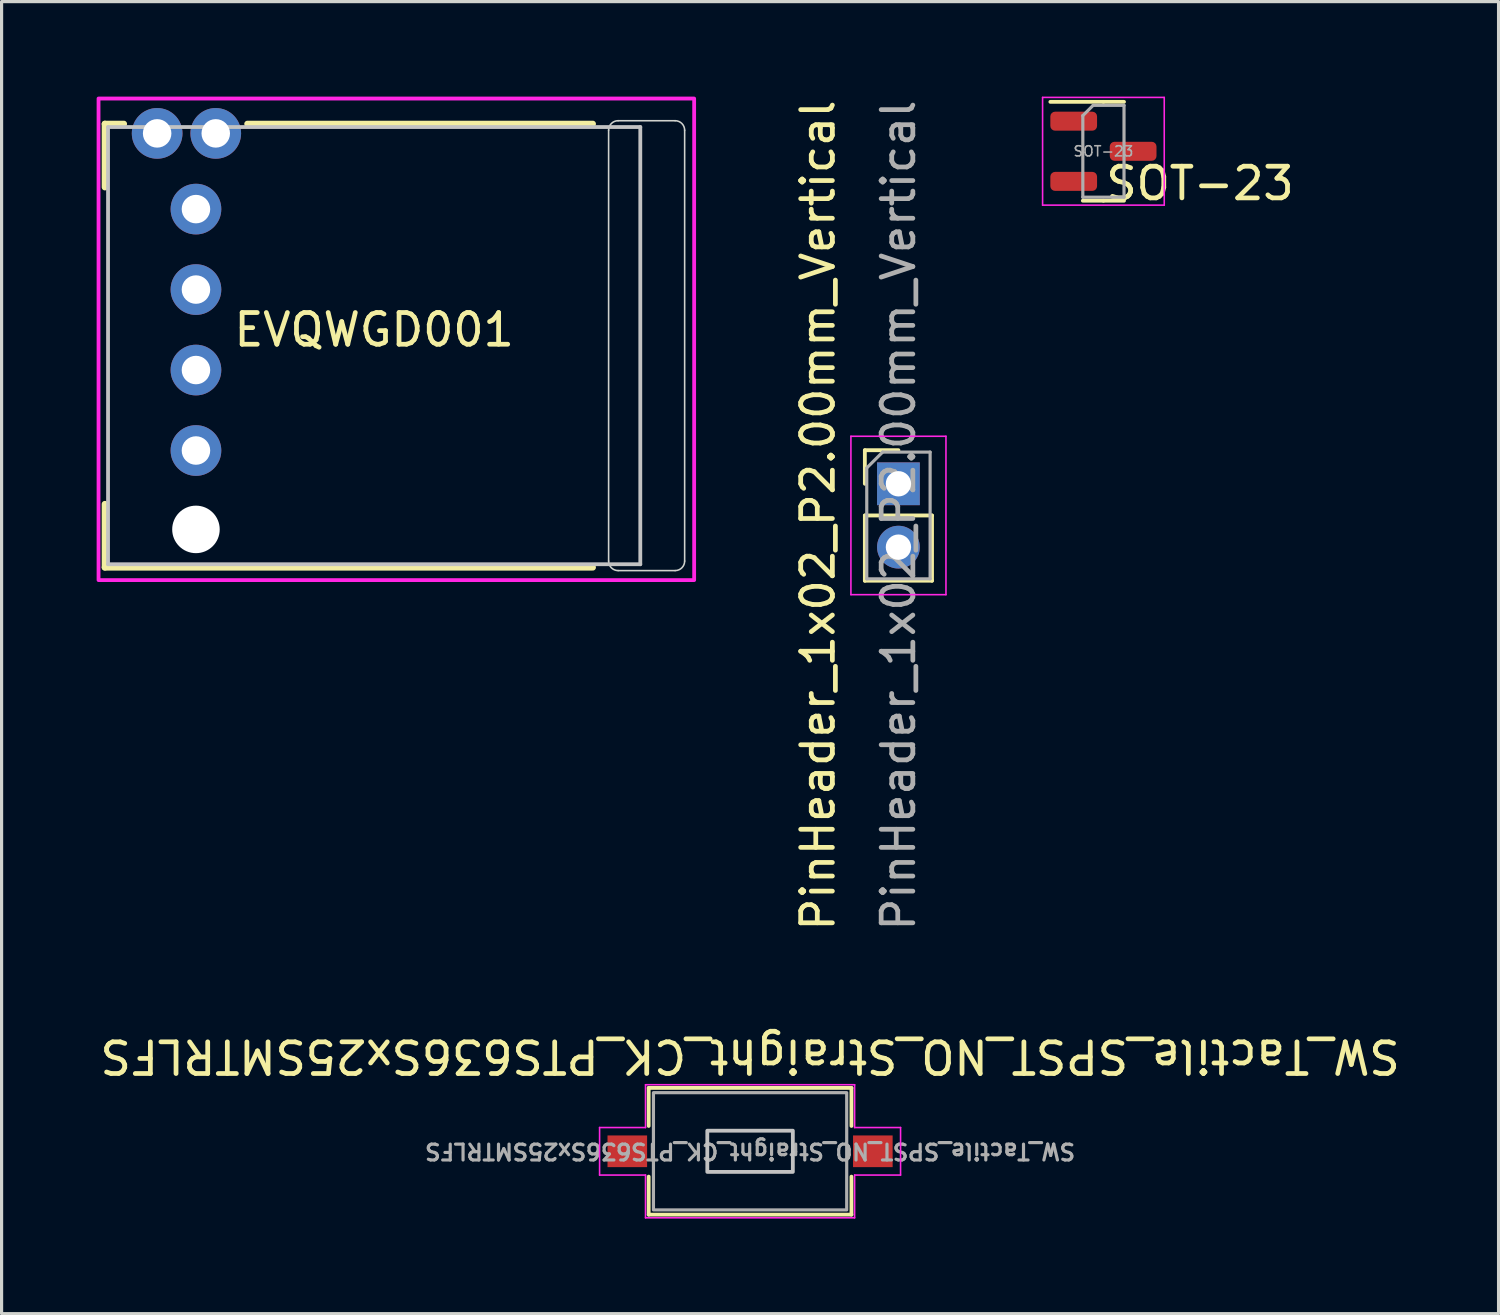
<source format=kicad_pcb>
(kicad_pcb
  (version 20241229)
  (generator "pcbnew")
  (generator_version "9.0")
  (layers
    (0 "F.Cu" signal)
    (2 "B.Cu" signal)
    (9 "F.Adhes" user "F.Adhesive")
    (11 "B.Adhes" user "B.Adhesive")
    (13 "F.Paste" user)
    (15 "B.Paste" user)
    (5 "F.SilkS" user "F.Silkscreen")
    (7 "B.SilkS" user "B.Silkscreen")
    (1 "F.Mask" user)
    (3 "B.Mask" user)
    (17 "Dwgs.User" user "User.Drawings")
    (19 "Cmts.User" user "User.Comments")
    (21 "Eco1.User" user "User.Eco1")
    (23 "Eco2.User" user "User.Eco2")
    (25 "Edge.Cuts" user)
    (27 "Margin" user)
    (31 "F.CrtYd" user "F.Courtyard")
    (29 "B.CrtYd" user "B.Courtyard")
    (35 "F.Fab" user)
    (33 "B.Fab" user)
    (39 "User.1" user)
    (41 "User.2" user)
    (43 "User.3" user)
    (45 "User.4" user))
  (footprint "SOT-23"
    (layer "F.Cu")
    (at 31.778 1.725)
    (property "Reference" "SOT-23" (at 3.048 1.016 180) (layer "F.SilkS") (effects (font (size 1 1) (thickness 0.15))))
    (attr smd)
    (fp_line (start 0 -1.56) (end -1.675 -1.56) (stroke (width 0.12) (type solid)) (layer "F.SilkS"))
    (fp_line (start 0 -1.56) (end 0.65 -1.56) (stroke (width 0.12) (type solid)) (layer "F.SilkS"))
    (fp_line (start 0 1.56) (end -0.65 1.56) (stroke (width 0.12) (type solid)) (layer "F.SilkS"))
    (fp_line (start 0 1.56) (end 0.65 1.56) (stroke (width 0.12) (type solid)) (layer "F.SilkS"))
    (fp_line (start -1.92 -1.7) (end -1.92 1.7) (stroke (width 0.05) (type solid)) (layer "F.CrtYd"))
    (fp_line (start -1.92 1.7) (end 1.92 1.7) (stroke (width 0.05) (type solid)) (layer "F.CrtYd"))
    (fp_line (start 1.92 -1.7) (end -1.92 -1.7) (stroke (width 0.05) (type solid)) (layer "F.CrtYd"))
    (fp_line (start 1.92 1.7) (end 1.92 -1.7) (stroke (width 0.05) (type solid)) (layer "F.CrtYd"))
    (fp_line (start -0.65 -1.125) (end -0.325 -1.45) (stroke (width 0.1) (type solid)) (layer "F.Fab"))
    (fp_line (start -0.65 1.45) (end -0.65 -1.125) (stroke (width 0.1) (type solid)) (layer "F.Fab"))
    (fp_line (start -0.325 -1.45) (end 0.65 -1.45) (stroke (width 0.1) (type solid)) (layer "F.Fab"))
    (fp_line (start 0.65 -1.45) (end 0.65 1.45) (stroke (width 0.1) (type solid)) (layer "F.Fab"))
    (fp_line (start 0.65 1.45) (end -0.65 1.45) (stroke (width 0.1) (type solid)) (layer "F.Fab"))
    (fp_text user "${REFERENCE}" (at 0 0 180) (layer "F.Fab") (effects (font (size 0.32 0.32) (thickness 0.05))))
    (pad "1" smd roundrect (at -0.938 -0.95) (size 1.475 0.6) (layers "F.Cu" "F.Mask" "F.Paste") (roundrect_rratio 0.25))
    (pad "2" smd roundrect (at -0.938 0.95) (size 1.475 0.6) (layers "F.Cu" "F.Mask" "F.Paste") (roundrect_rratio 0.25))
    (pad "3" smd roundrect (at 0.938 0) (size 1.475 0.6) (layers "F.Cu" "F.Mask" "F.Paste") (roundrect_rratio 0.25)))
  (footprint "PinHeader_1x02_P2.00mm_Vertical"
    (layer "F.Cu")
    (at 25.308 12.22)
    (property "Reference" "PinHeader_1x02_P2.00mm_Vertical" (at -2.54 1 90) (layer "F.SilkS") (effects (font (size 1 1) (thickness 0.15))))
    (attr through_hole)
    (fp_line (start -1.06 -1.06) (end 0 -1.06) (stroke (width 0.12) (type solid)) (layer "F.SilkS"))
    (fp_line (start -1.06 0) (end -1.06 -1.06) (stroke (width 0.12) (type solid)) (layer "F.SilkS"))
    (fp_line (start -1.06 1) (end -1.06 3.06) (stroke (width 0.12) (type solid)) (layer "F.SilkS"))
    (fp_line (start -1.06 1) (end 1.06 1) (stroke (width 0.12) (type solid)) (layer "F.SilkS"))
    (fp_line (start -1.06 3.06) (end 1.06 3.06) (stroke (width 0.12) (type solid)) (layer "F.SilkS"))
    (fp_line (start 1.06 1) (end 1.06 3.06) (stroke (width 0.12) (type solid)) (layer "F.SilkS"))
    (fp_line (start -1.5 -1.5) (end -1.5 3.5) (stroke (width 0.05) (type solid)) (layer "F.CrtYd"))
    (fp_line (start -1.5 3.5) (end 1.5 3.5) (stroke (width 0.05) (type solid)) (layer "F.CrtYd"))
    (fp_line (start 1.5 -1.5) (end -1.5 -1.5) (stroke (width 0.05) (type solid)) (layer "F.CrtYd"))
    (fp_line (start 1.5 3.5) (end 1.5 -1.5) (stroke (width 0.05) (type solid)) (layer "F.CrtYd"))
    (fp_line (start -1 -0.5) (end -0.5 -1) (stroke (width 0.1) (type solid)) (layer "F.Fab"))
    (fp_line (start -1 3) (end -1 -0.5) (stroke (width 0.1) (type solid)) (layer "F.Fab"))
    (fp_line (start -0.5 -1) (end 1 -1) (stroke (width 0.1) (type solid)) (layer "F.Fab"))
    (fp_line (start 1 -1) (end 1 3) (stroke (width 0.1) (type solid)) (layer "F.Fab"))
    (fp_line (start 1 3) (end -1 3) (stroke (width 0.1) (type solid)) (layer "F.Fab"))
    (fp_text user "${REFERENCE}" (at 0 1 270) (layer "F.Fab") (effects (font (size 1 1) (thickness 0.15))))
    (pad "1" thru_hole rect (at 0 0) (size 1.35 1.35) (drill 0.8) (layers "*.Cu" "*.Mask"))
    (pad "2" thru_hole oval (at 0 2) (size 1.35 1.35) (drill 0.8) (layers "*.Cu" "*.Mask")))
  (footprint "SW_Tactile_SPST_NO_Straight_CK_PTS636Sx25SMTRLFS"
    (layer "F.Cu")
    (at 20.625 33.289)
    (property "Reference" "SW_Tactile_SPST_NO_Straight_CK_PTS636Sx25SMTRLFS" (at 0 -3 180) (unlocked yes) (layer "F.SilkS") (effects (font (size 1 1) (thickness 0.15))))
    (attr smd)
    (fp_line (start -3.2 -2) (end -3.2 -0.8) (stroke (width 0.12) (type solid)) (layer "F.SilkS"))
    (fp_line (start -3.2 0.8) (end -3.2 2) (stroke (width 0.12) (type solid)) (layer "F.SilkS"))
    (fp_line (start -3.2 2) (end 3.2 2) (stroke (width 0.12) (type solid)) (layer "F.SilkS"))
    (fp_line (start 3.2 -2) (end -3.2 -2) (stroke (width 0.12) (type solid)) (layer "F.SilkS"))
    (fp_line (start 3.2 -0.8) (end 3.2 -2) (stroke (width 0.12) (type solid)) (layer "F.SilkS"))
    (fp_line (start 3.2 2) (end 3.2 0.8) (stroke (width 0.12) (type solid)) (layer "F.SilkS"))
    (fp_rect (start -1.35 -0.65) (end 1.35 0.65) (stroke (width 0.12) (type solid)) (fill no) (layer "Dwgs.User"))
    (fp_line (start -4.75 -0.75) (end -3.3 -0.75) (stroke (width 0.05) (type solid)) (layer "F.CrtYd"))
    (fp_line (start -4.75 0.75) (end -4.75 -0.75) (stroke (width 0.05) (type solid)) (layer "F.CrtYd"))
    (fp_line (start -3.3 -2.1) (end 3.3 -2.1) (stroke (width 0.05) (type solid)) (layer "F.CrtYd"))
    (fp_line (start -3.3 -0.75) (end -3.3 -2.1) (stroke (width 0.05) (type solid)) (layer "F.CrtYd"))
    (fp_line (start -3.3 0.75) (end -4.75 0.75) (stroke (width 0.05) (type solid)) (layer "F.CrtYd"))
    (fp_line (start -3.3 2.1) (end -3.3 0.75) (stroke (width 0.05) (type solid)) (layer "F.CrtYd"))
    (fp_line (start 3.3 -2.1) (end 3.3 -0.75) (stroke (width 0.05) (type solid)) (layer "F.CrtYd"))
    (fp_line (start 3.3 -0.75) (end 4.75 -0.75) (stroke (width 0.05) (type solid)) (layer "F.CrtYd"))
    (fp_line (start 3.3 0.75) (end 3.3 2.1) (stroke (width 0.05) (type solid)) (layer "F.CrtYd"))
    (fp_line (start 3.3 2.1) (end -3.3 2.1) (stroke (width 0.05) (type solid)) (layer "F.CrtYd"))
    (fp_line (start 4.75 -0.75) (end 4.75 0.75) (stroke (width 0.05) (type solid)) (layer "F.CrtYd"))
    (fp_line (start 4.75 0.75) (end 3.3 0.75) (stroke (width 0.05) (type solid)) (layer "F.CrtYd"))
    (fp_rect (start -3.05 -1.85) (end 3.05 1.85) (stroke (width 0.1) (type solid)) (fill no) (layer "F.Fab"))
    (fp_text user "${REFERENCE}" (at 0 0 180) (unlocked yes) (layer "F.Fab") (effects (font (size 0.5 0.5) (thickness 0.1))))
    (pad "1" smd rect (at -3.875 0 180) (size 1.25 1) (layers "F.Cu" "F.Mask" "F.Paste"))
    (pad "2" smd rect (at 3.875 0 180) (size 1.25 1) (layers "F.Cu" "F.Mask" "F.Paste")))
  (footprint "EVQWGD001"
    (layer "F.Cu")
    (at 8.76 7.36)
    (property "Reference" "EVQWGD001" (at 0 0 180) (layer "F.SilkS") (effects (font (size 1 1) (thickness 0.15))))
    (attr through_hole)
    (fp_line (start -8.5 -6.5) (end -8.5 -4.5) (stroke (width 0.2) (type solid)) (layer "F.SilkS"))
    (fp_line (start -8.5 5.5) (end -8.5 7.5) (stroke (width 0.2) (type solid)) (layer "F.SilkS"))
    (fp_line (start -8.5 7.5) (end 6.9 7.5) (stroke (width 0.2) (type solid)) (layer "F.SilkS"))
    (fp_line (start -7.9 -6.5) (end -8.5 -6.5) (stroke (width 0.2) (type solid)) (layer "F.SilkS"))
    (fp_line (start 6.9 -6.5) (end -4 -6.5) (stroke (width 0.2) (type solid)) (layer "F.SilkS"))
    (fp_line (start -8.4 -6.4) (end 8.4 -6.4) (stroke (width 0.12) (type solid)) (layer "Dwgs.User"))
    (fp_line (start -8.4 7.4) (end -8.4 -6.4) (stroke (width 0.12) (type solid)) (layer "Dwgs.User"))
    (fp_line (start 8.4 -6.4) (end 8.4 7.4) (stroke (width 0.12) (type solid)) (layer "Dwgs.User"))
    (fp_line (start 8.4 7.4) (end -8.4 7.4) (stroke (width 0.12) (type solid)) (layer "Dwgs.User"))
    (fp_line (start 7.4 -6.3) (end 7.4 7.3) (stroke (width 0.05) (type solid)) (layer "Edge.Cuts"))
    (fp_line (start 7.7 7.6) (end 9.5 7.6) (stroke (width 0.05) (type solid)) (layer "Edge.Cuts"))
    (fp_line (start 9.5 -6.6) (end 7.7 -6.6) (stroke (width 0.05) (type solid)) (layer "Edge.Cuts"))
    (fp_line (start 9.8 7.3) (end 9.8 -6.3) (stroke (width 0.05) (type solid)) (layer "Edge.Cuts"))
    (fp_arc (start 7.4 -6.3) (mid 7.487868 -6.512132) (end 7.7 -6.6) (stroke (width 0.05) (type solid)) (layer "Edge.Cuts"))
    (fp_arc (start 7.7 7.6) (mid 7.487868 7.512132) (end 7.4 7.3) (stroke (width 0.05) (type solid)) (layer "Edge.Cuts"))
    (fp_arc (start 9.5 -6.6) (mid 9.712132 -6.512132) (end 9.8 -6.3) (stroke (width 0.05) (type solid)) (layer "Edge.Cuts"))
    (fp_arc (start 9.8 7.3) (mid 9.712132 7.512132) (end 9.5 7.6) (stroke (width 0.05) (type solid)) (layer "Edge.Cuts"))
    (fp_rect (start 10.1 7.9) (end -8.7 -7.3) (stroke (width 0.12) (type default)) (fill no) (layer "F.CrtYd"))
    (pad "" np_thru_hole circle (at -5.625 6.3) (size 1.5 1.5) (drill 1.5) (layers "*.Cu" "*.Mask"))
    (pad "A" thru_hole circle (at -5.625 -3.81) (size 1.6 1.6) (drill 0.9) (layers "*.Cu" "*.Mask"))
    (pad "B" thru_hole circle (at -5.625 -1.27) (size 1.6 1.6) (drill 0.9) (layers "*.Cu" "*.Mask"))
    (pad "C" thru_hole circle (at -5.625 1.27) (size 1.6 1.6) (drill 0.9) (layers "*.Cu" "*.Mask"))
    (pad "D" thru_hole circle (at -5.625 3.81) (size 1.6 1.6) (drill 0.9) (layers "*.Cu" "*.Mask"))
    (pad "S1" thru_hole circle (at -6.85 -6.2) (size 1.6 1.6) (drill 0.9) (layers "*.Cu" "*.Mask"))
    (pad "S2" thru_hole circle (at -5 -6.2) (size 1.6 1.6) (drill 0.9) (layers "*.Cu" "*.Mask")))
  (gr_rect
    (start -3 -3)
    (end 44.25 38.414)
    (stroke (width 0.1) (type default))
    (fill no)
    (layer "Edge.Cuts")))
</source>
